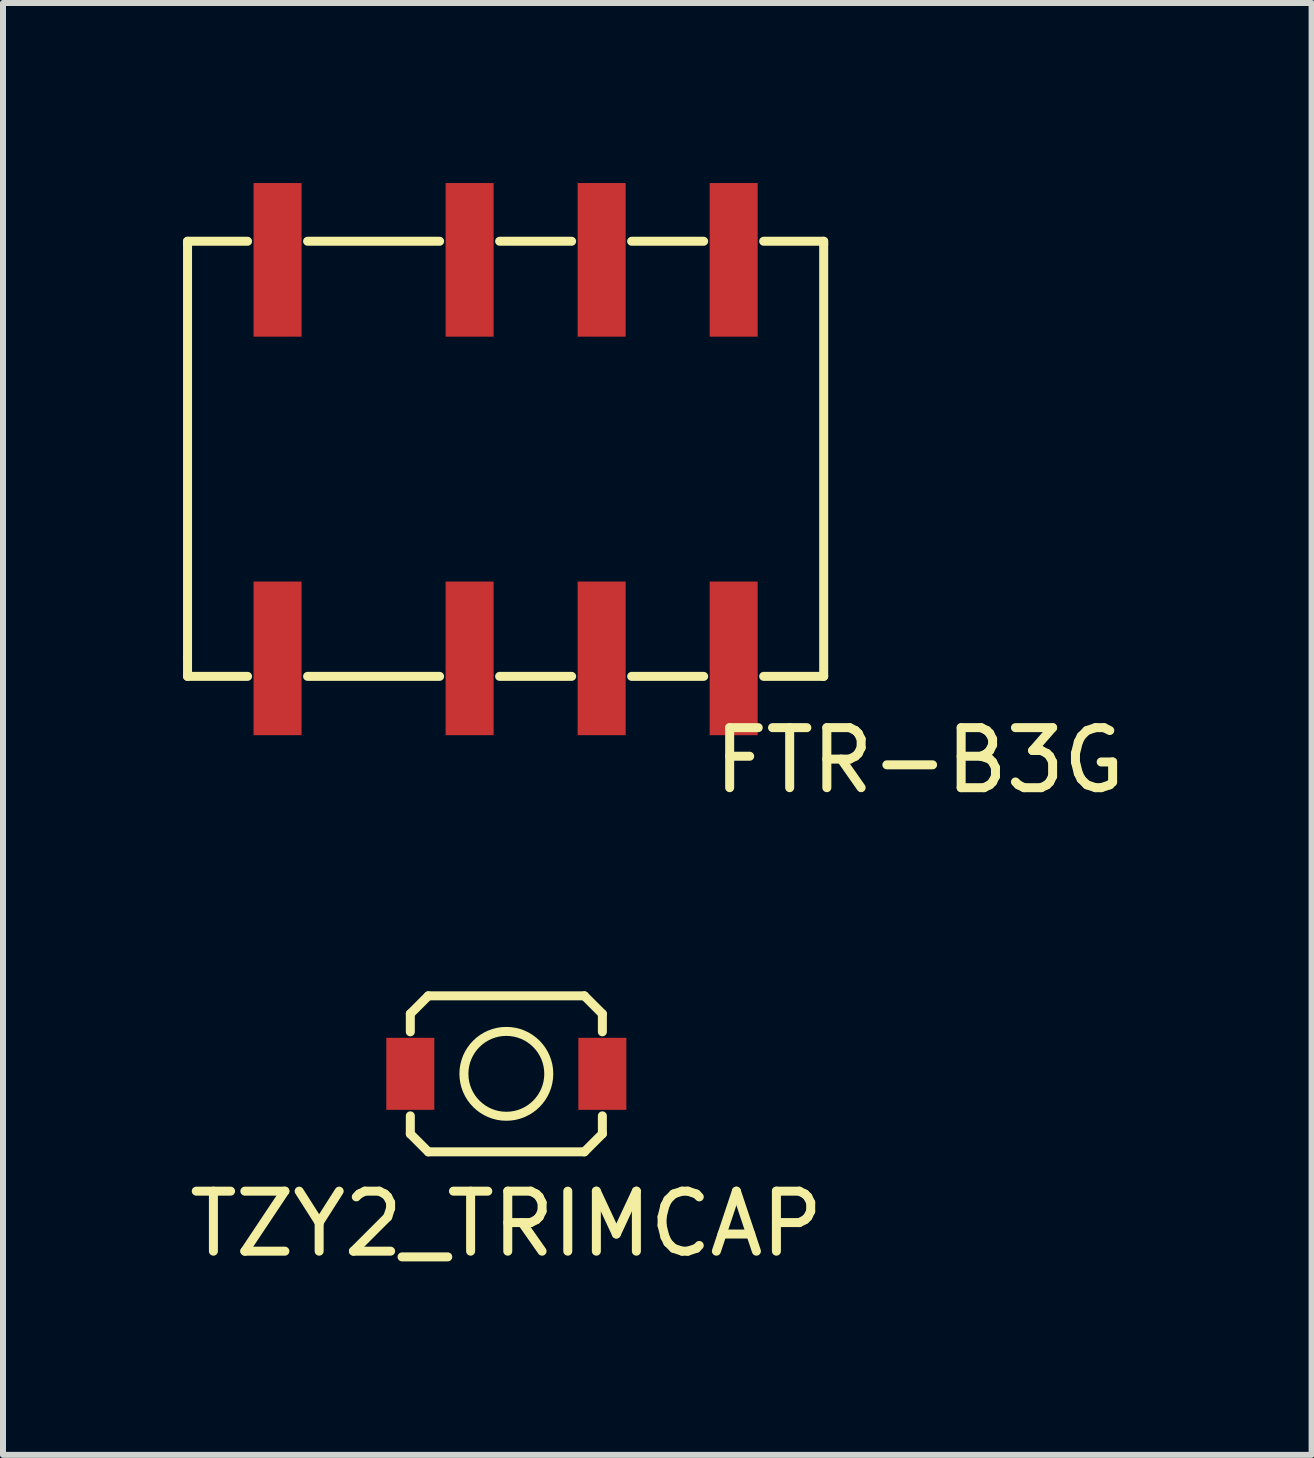
<source format=kicad_pcb>
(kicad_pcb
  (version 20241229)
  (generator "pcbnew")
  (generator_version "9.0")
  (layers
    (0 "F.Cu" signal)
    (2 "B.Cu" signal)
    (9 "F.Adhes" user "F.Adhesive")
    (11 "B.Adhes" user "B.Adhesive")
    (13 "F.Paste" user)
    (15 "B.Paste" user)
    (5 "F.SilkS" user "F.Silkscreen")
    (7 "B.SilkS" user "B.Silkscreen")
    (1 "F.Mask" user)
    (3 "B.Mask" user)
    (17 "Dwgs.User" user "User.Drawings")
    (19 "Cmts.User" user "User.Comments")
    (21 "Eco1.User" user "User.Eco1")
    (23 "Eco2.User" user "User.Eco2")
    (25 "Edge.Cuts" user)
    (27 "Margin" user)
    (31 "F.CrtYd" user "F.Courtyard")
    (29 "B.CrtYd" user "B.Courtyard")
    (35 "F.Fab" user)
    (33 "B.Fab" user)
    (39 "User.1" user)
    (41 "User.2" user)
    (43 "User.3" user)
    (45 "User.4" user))
  (footprint "FTR-B3G"
    (layer "F.Cu")
    (at 4.775 7.92)
    (property "Reference" "FTR-B3G" (at 7.5 1.7 0) (layer "F.SilkS") (effects (font (size 1 1) (thickness 0.15))))
    (attr through_hole)
    (fp_line (start -4.7 -6.95) (end -4.7 -6.9) (stroke (width 0.15) (type solid)) (layer "F.SilkS"))
    (fp_line (start -4.7 0) (end -4.7 -6.9) (stroke (width 0.15) (type solid)) (layer "F.SilkS"))
    (fp_line (start -4.7 0.3) (end -4.7 0) (stroke (width 0.15) (type solid)) (layer "F.SilkS"))
    (fp_line (start -3.7 -6.95) (end -4.7 -6.95) (stroke (width 0.15) (type solid)) (layer "F.SilkS"))
    (fp_line (start -3.7 0.3) (end -4.7 0.3) (stroke (width 0.15) (type solid)) (layer "F.SilkS"))
    (fp_line (start -2.7 0.3) (end -0.5 0.3) (stroke (width 0.15) (type solid)) (layer "F.SilkS"))
    (fp_line (start -0.5 -6.95) (end -2.7 -6.95) (stroke (width 0.15) (type solid)) (layer "F.SilkS"))
    (fp_line (start 0.5 -6.95) (end 1.7 -6.95) (stroke (width 0.15) (type solid)) (layer "F.SilkS"))
    (fp_line (start 0.5 0.3) (end 1.7 0.3) (stroke (width 0.15) (type solid)) (layer "F.SilkS"))
    (fp_line (start 2.7 -6.95) (end 3.9 -6.95) (stroke (width 0.15) (type solid)) (layer "F.SilkS"))
    (fp_line (start 2.7 0.3) (end 3.9 0.3) (stroke (width 0.15) (type solid)) (layer "F.SilkS"))
    (fp_line (start 5.9 -6.95) (end 4.9 -6.95) (stroke (width 0.15) (type solid)) (layer "F.SilkS"))
    (fp_line (start 5.9 -6.9) (end 5.9 -6.95) (stroke (width 0.15) (type solid)) (layer "F.SilkS"))
    (fp_line (start 5.9 0.3) (end 4.9 0.3) (stroke (width 0.15) (type solid)) (layer "F.SilkS"))
    (fp_line (start 5.9 0.3) (end 5.9 -6.9) (stroke (width 0.15) (type solid)) (layer "F.SilkS"))
    (pad "1" smd rect (at -3.2 0) (size 0.8 2.56) (layers "F.Cu" "F.Mask" "F.Paste"))
    (pad "2" smd rect (at 0 0) (size 0.8 2.56) (layers "F.Cu" "F.Mask" "F.Paste"))
    (pad "3" smd rect (at 2.2 0) (size 0.8 2.56) (layers "F.Cu" "F.Mask" "F.Paste"))
    (pad "4" smd rect (at 4.4 0) (size 0.8 2.56) (layers "F.Cu" "F.Mask" "F.Paste"))
    (pad "5" smd rect (at 4.4 -6.64) (size 0.8 2.56) (layers "F.Cu" "F.Mask" "F.Paste"))
    (pad "6" smd rect (at 2.2 -6.64) (size 0.8 2.56) (layers "F.Cu" "F.Mask" "F.Paste"))
    (pad "7" smd rect (at 0 -6.64) (size 0.8 2.56) (layers "F.Cu" "F.Mask" "F.Paste"))
    (pad "8" smd rect (at -3.2 -6.64) (size 0.8 2.56) (layers "F.Cu" "F.Mask" "F.Paste")))
  (footprint "TZY2_TRIMCAP"
    (layer "F.Cu")
    (at 5.387 14.843)
    (property "Reference" "TZY2_TRIMCAP" (at 0 2.5 0) (layer "F.SilkS") (effects (font (size 1 1) (thickness 0.15))))
    (attr through_hole)
    (fp_line (start -1.6 -0.7) (end -1.6 -1) (stroke (width 0.15) (type solid)) (layer "F.SilkS"))
    (fp_line (start -1.6 0.7) (end -1.6 1) (stroke (width 0.15) (type solid)) (layer "F.SilkS"))
    (fp_line (start -1.3 -1.3) (end -1.6 -1) (stroke (width 0.15) (type solid)) (layer "F.SilkS"))
    (fp_line (start -1.3 1.3) (end -1.6 1) (stroke (width 0.15) (type solid)) (layer "F.SilkS"))
    (fp_line (start 1.3 -1.3) (end -1.3 -1.3) (stroke (width 0.15) (type solid)) (layer "F.SilkS"))
    (fp_line (start 1.3 1.3) (end -1.3 1.3) (stroke (width 0.15) (type solid)) (layer "F.SilkS"))
    (fp_line (start 1.6 -1) (end 1.3 -1.3) (stroke (width 0.15) (type solid)) (layer "F.SilkS"))
    (fp_line (start 1.6 -0.7) (end 1.6 -1) (stroke (width 0.15) (type solid)) (layer "F.SilkS"))
    (fp_line (start 1.6 0.7) (end 1.6 1) (stroke (width 0.15) (type solid)) (layer "F.SilkS"))
    (fp_line (start 1.6 1) (end 1.3 1.3) (stroke (width 0.15) (type solid)) (layer "F.SilkS"))
    (fp_circle (center 0 0) (end 0.5 -0.5) (stroke (width 0.15) (type solid)) (fill no) (layer "F.SilkS"))
    (pad "1" smd rect (at -1.6 0) (size 0.8 1.2) (layers "F.Cu" "F.Mask" "F.Paste"))
    (pad "2" smd rect (at 1.6 0) (size 0.8 1.2) (layers "F.Cu" "F.Mask" "F.Paste")))
  (gr_rect
    (start -3 -3)
    (end 18.805 21.192)
    (stroke (width 0.1) (type default))
    (fill no)
    (layer "Edge.Cuts")))
</source>
